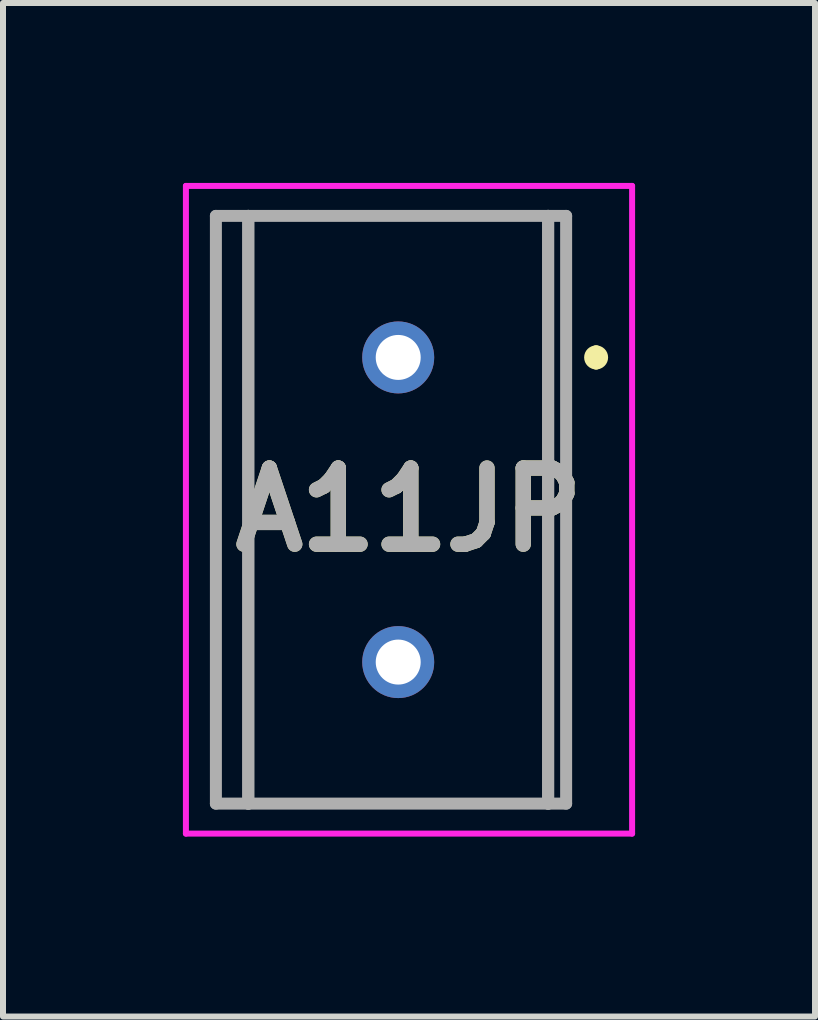
<source format=kicad_pcb>
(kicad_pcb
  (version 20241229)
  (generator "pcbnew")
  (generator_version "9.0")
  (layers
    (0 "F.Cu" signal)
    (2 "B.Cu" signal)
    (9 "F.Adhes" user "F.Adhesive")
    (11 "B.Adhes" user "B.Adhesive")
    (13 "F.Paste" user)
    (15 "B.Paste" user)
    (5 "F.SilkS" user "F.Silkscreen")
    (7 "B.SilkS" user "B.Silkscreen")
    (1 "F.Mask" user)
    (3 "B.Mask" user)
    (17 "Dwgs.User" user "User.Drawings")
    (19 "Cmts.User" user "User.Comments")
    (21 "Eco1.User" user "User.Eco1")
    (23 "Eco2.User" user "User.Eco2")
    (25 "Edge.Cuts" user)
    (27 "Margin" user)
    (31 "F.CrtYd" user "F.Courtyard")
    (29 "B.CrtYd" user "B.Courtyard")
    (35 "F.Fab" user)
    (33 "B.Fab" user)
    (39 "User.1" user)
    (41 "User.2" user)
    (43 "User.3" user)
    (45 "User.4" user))
  (footprint "A11JP"
    (layer "F.Cu")
    (at 3.59 2.91)
    (property "Reference" "A11JP" (at 0.18 2.54 0) (layer "F.SilkS") (effects (font (size 1.27 1.27) (thickness 0.254))))
    (attr through_hole)
    (fp_line (start -2.5 -2.36) (end 2.5 -2.36) (stroke (width 0.1) (type solid)) (layer "F.SilkS"))
    (fp_line (start -2.5 7.44) (end -2.5 -2.36) (stroke (width 0.1) (type solid)) (layer "F.SilkS"))
    (fp_line (start 2.5 -2.36) (end 2.5 7.44) (stroke (width 0.1) (type solid)) (layer "F.SilkS"))
    (fp_line (start 2.5 7.44) (end -2.5 7.44) (stroke (width 0.1) (type solid)) (layer "F.SilkS"))
    (fp_line (start 3.3 -0.1) (end 3.3 -0.1) (stroke (width 0.2) (type solid)) (layer "F.SilkS"))
    (fp_line (start 3.3 0.1) (end 3.3 0.1) (stroke (width 0.2) (type solid)) (layer "F.SilkS"))
    (fp_arc (start 3.3 -0.1) (mid 3.4 0) (end 3.3 0.1) (stroke (width 0.2) (type solid)) (layer "F.SilkS"))
    (fp_arc (start 3.3 0.1) (mid 3.2 0) (end 3.3 -0.1) (stroke (width 0.2) (type solid)) (layer "F.SilkS"))
    (fp_line (start -3.54 -2.86) (end 3.9 -2.86) (stroke (width 0.1) (type solid)) (layer "F.CrtYd"))
    (fp_line (start -3.54 7.94) (end -3.54 -2.86) (stroke (width 0.1) (type solid)) (layer "F.CrtYd"))
    (fp_line (start 3.9 -2.86) (end 3.9 7.94) (stroke (width 0.1) (type solid)) (layer "F.CrtYd"))
    (fp_line (start 3.9 7.94) (end -3.54 7.94) (stroke (width 0.1) (type solid)) (layer "F.CrtYd"))
    (fp_line (start -3.04 -2.36) (end -3.04 7.44) (stroke (width 0.2) (type solid)) (layer "F.Fab"))
    (fp_line (start -3.04 7.44) (end -2.5 7.44) (stroke (width 0.2) (type solid)) (layer "F.Fab"))
    (fp_line (start -2.5 -2.36) (end -3.04 -2.36) (stroke (width 0.2) (type solid)) (layer "F.Fab"))
    (fp_line (start -2.5 -2.36) (end 2.5 -2.36) (stroke (width 0.2) (type solid)) (layer "F.Fab"))
    (fp_line (start -2.5 7.44) (end -2.5 -2.36) (stroke (width 0.2) (type solid)) (layer "F.Fab"))
    (fp_line (start -2.5 7.44) (end -2.5 -2.36) (stroke (width 0.2) (type solid)) (layer "F.Fab"))
    (fp_line (start 2.5 -2.36) (end 2.5 7.44) (stroke (width 0.2) (type solid)) (layer "F.Fab"))
    (fp_line (start 2.5 -2.36) (end 2.8 -2.36) (stroke (width 0.2) (type solid)) (layer "F.Fab"))
    (fp_line (start 2.5 7.44) (end -2.5 7.44) (stroke (width 0.2) (type solid)) (layer "F.Fab"))
    (fp_line (start 2.5 7.44) (end 2.5 -2.36) (stroke (width 0.2) (type solid)) (layer "F.Fab"))
    (fp_line (start 2.8 -2.36) (end 2.8 7.44) (stroke (width 0.2) (type solid)) (layer "F.Fab"))
    (fp_line (start 2.8 7.44) (end 2.5 7.44) (stroke (width 0.2) (type solid)) (layer "F.Fab"))
    (fp_text user "${REFERENCE}" (at 0.18 2.54 0) (layer "F.Fab") (effects (font (size 1.27 1.27) (thickness 0.254))))
    (pad "1" thru_hole circle (at 0 0) (size 1.2 1.2) (drill 0.75) (layers "*.Cu" "*.Mask"))
    (pad "3" thru_hole circle (at 0 5.08) (size 1.2 1.2) (drill 0.75) (layers "*.Cu" "*.Mask")))
  (gr_rect
    (start -3 -3)
    (end 10.54 13.9)
    (stroke (width 0.1) (type default))
    (fill no)
    (layer "Edge.Cuts")))
</source>
